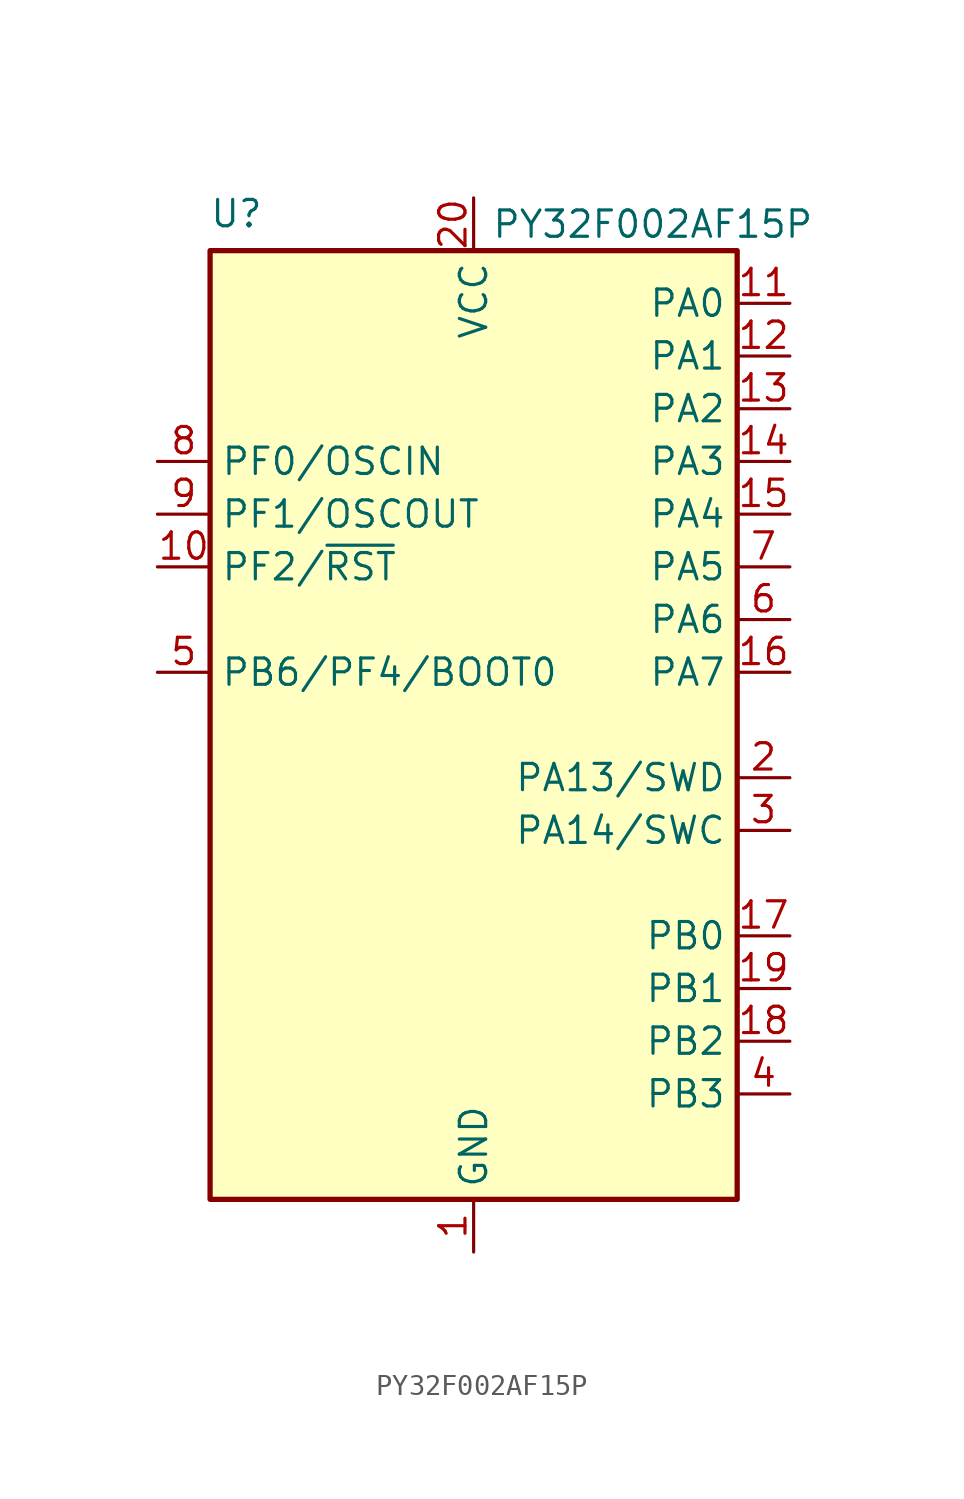
<source format=kicad_sym>
(kicad_symbol_lib
  (version 20231120)
  (generator "kicad_symbol_editor")
  (generator_version "8.0")
  (symbol "PY32F002AF15P"
    (property "Reference" "U"
      (at -11.43 24.638 0)
      (effects (font (size 1.27 1.27))))
    (property "Value" "PY32F002AF15P"
      (at 8.636 24.13 0)
      (effects (font (size 1.27 1.27))))
    (symbol "PY32F002AF15P_1_1"
      (rectangle (start -12.7 22.86) (end 12.7 -22.86) (stroke (width 0.254) (type default)) (fill (type background)))
      (pin power_in line (at 0 -25.4 90) (length 2.54) (name "GND" (effects (font (size 1.27 1.27)))) (number "1" (effects (font (size 1.27 1.27)))))
      (pin bidirectional line (at -15.24 7.62 0) (length 2.54) (name "PF2/~{RST}" (effects (font (size 1.27 1.27)))) (number "10" (effects (font (size 1.27 1.27)))))
      (pin bidirectional line (at 15.24 20.32 180) (length 2.54) (name "PA0" (effects (font (size 1.27 1.27)))) (number "11" (effects (font (size 1.27 1.27)))))
      (pin bidirectional line (at 15.24 17.78 180) (length 2.54) (name "PA1" (effects (font (size 1.27 1.27)))) (number "12" (effects (font (size 1.27 1.27)))))
      (pin bidirectional line (at 15.24 15.24 180) (length 2.54) (name "PA2" (effects (font (size 1.27 1.27)))) (number "13" (effects (font (size 1.27 1.27)))))
      (pin bidirectional line (at 15.24 12.7 180) (length 2.54) (name "PA3" (effects (font (size 1.27 1.27)))) (number "14" (effects (font (size 1.27 1.27)))))
      (pin bidirectional line (at 15.24 10.16 180) (length 2.54) (name "PA4" (effects (font (size 1.27 1.27)))) (number "15" (effects (font (size 1.27 1.27)))))
      (pin bidirectional line (at 15.24 2.54 180) (length 2.54) (name "PA7" (effects (font (size 1.27 1.27)))) (number "16" (effects (font (size 1.27 1.27)))))
      (pin bidirectional line (at 15.24 -10.16 180) (length 2.54) (name "PB0" (effects (font (size 1.27 1.27)))) (number "17" (effects (font (size 1.27 1.27)))))
      (pin bidirectional line (at 15.24 -15.24 180) (length 2.54) (name "PB2" (effects (font (size 1.27 1.27)))) (number "18" (effects (font (size 1.27 1.27)))))
      (pin bidirectional line (at 15.24 -12.7 180) (length 2.54) (name "PB1" (effects (font (size 1.27 1.27)))) (number "19" (effects (font (size 1.27 1.27)))))
      (pin bidirectional line (at 15.24 -2.54 180) (length 2.54) (name "PA13/SWD" (effects (font (size 1.27 1.27)))) (number "2" (effects (font (size 1.27 1.27)))))
      (pin power_in line (at 0 25.4 270) (length 2.54) (name "VCC" (effects (font (size 1.27 1.27)))) (number "20" (effects (font (size 1.27 1.27)))))
      (pin bidirectional line (at 15.24 -5.08 180) (length 2.54) (name "PA14/SWC" (effects (font (size 1.27 1.27)))) (number "3" (effects (font (size 1.27 1.27)))))
      (pin bidirectional line (at 15.24 -17.78 180) (length 2.54) (name "PB3" (effects (font (size 1.27 1.27)))) (number "4" (effects (font (size 1.27 1.27)))))
      (pin bidirectional line (at -15.24 2.54 0) (length 2.54) (name "PB6/PF4/BOOT0" (effects (font (size 1.27 1.27)))) (number "5" (effects (font (size 1.27 1.27)))))
      (pin bidirectional line (at 15.24 5.08 180) (length 2.54) (name "PA6" (effects (font (size 1.27 1.27)))) (number "6" (effects (font (size 1.27 1.27)))))
      (pin bidirectional line (at 15.24 7.62 180) (length 2.54) (name "PA5" (effects (font (size 1.27 1.27)))) (number "7" (effects (font (size 1.27 1.27)))))
      (pin bidirectional line (at -15.24 12.7 0) (length 2.54) (name "PF0/OSCIN" (effects (font (size 1.27 1.27)))) (number "8" (effects (font (size 1.27 1.27)))))
      (pin bidirectional line (at -15.24 10.16 0) (length 2.54) (name "PF1/OSCOUT" (effects (font (size 1.27 1.27)))) (number "9" (effects (font (size 1.27 1.27))))))))
</source>
